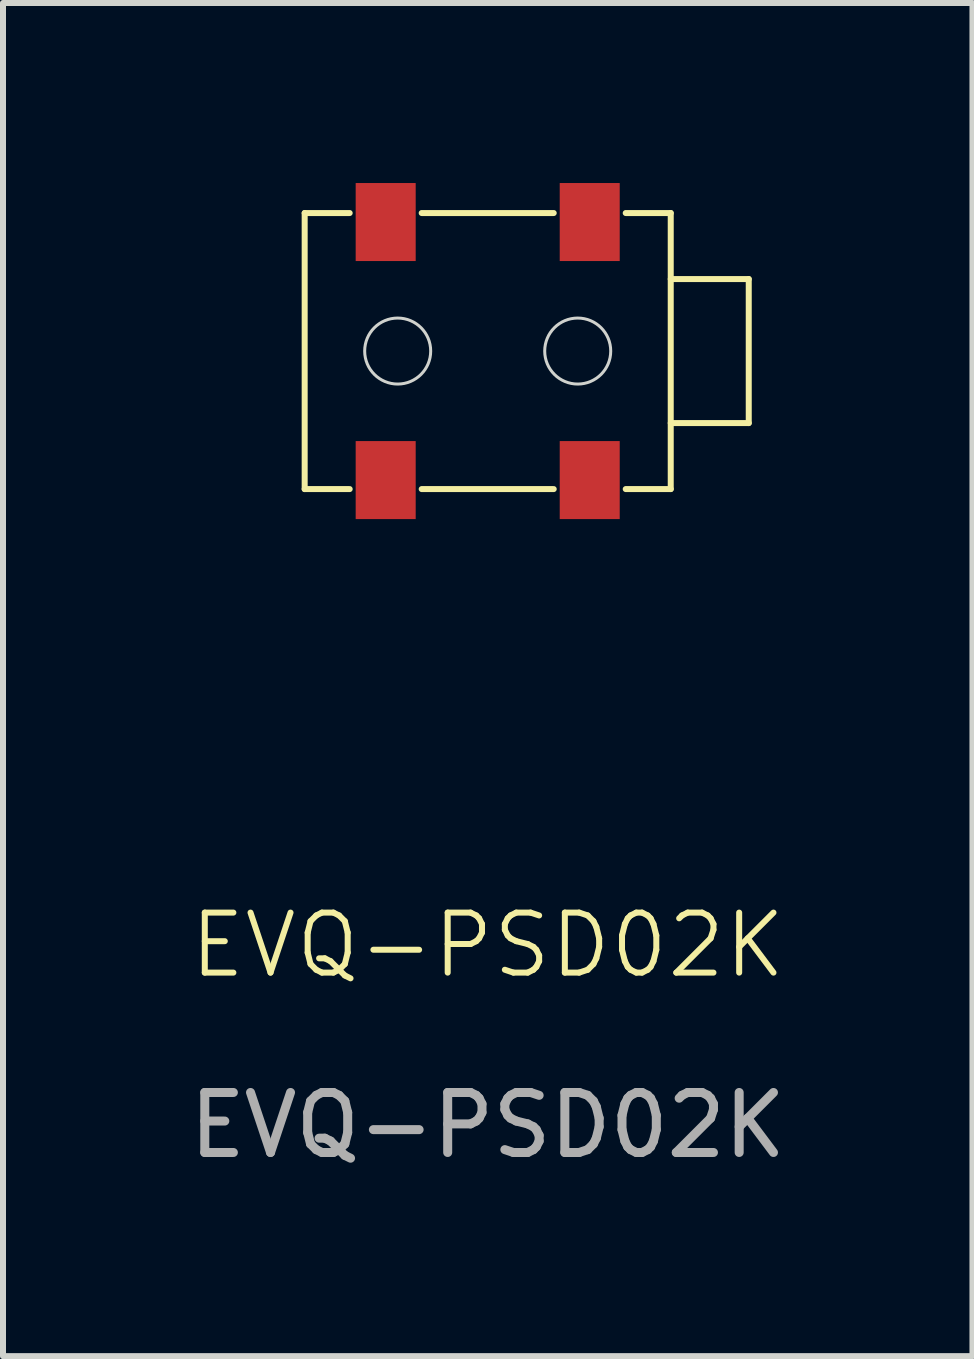
<source format=kicad_pcb>
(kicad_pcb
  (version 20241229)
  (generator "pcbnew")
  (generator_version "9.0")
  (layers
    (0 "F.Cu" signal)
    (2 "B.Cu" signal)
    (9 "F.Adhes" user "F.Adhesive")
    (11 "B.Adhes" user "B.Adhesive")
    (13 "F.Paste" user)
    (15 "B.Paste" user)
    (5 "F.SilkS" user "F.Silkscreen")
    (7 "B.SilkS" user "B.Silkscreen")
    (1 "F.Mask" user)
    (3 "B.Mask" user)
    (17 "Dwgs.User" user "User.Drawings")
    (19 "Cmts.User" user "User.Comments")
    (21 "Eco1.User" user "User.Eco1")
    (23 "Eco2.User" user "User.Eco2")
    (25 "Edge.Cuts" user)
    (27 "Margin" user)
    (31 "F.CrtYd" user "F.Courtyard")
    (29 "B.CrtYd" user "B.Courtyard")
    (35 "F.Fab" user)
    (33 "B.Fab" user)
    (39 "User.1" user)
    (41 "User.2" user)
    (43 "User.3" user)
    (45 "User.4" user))
  (footprint "EVQ-PSD02K"
    (layer "F.Cu")
    (at 5.077 2.8)
    (property "Reference" "EVQ-PSD02K" (at 0 9.9 0) (unlocked yes) (layer "F.SilkS") (effects (font (size 1 1) (thickness 0.1))))
    (attr smd)
    (fp_line (start -3.05 -2.3) (end -2.3 -2.3) (stroke (width 0.1) (type default)) (layer "F.SilkS"))
    (fp_line (start -3.05 2.3) (end -3.05 -2.3) (stroke (width 0.1) (type default)) (layer "F.SilkS"))
    (fp_line (start -3.05 2.3) (end -2.3 2.3) (stroke (width 0.1) (type default)) (layer "F.SilkS"))
    (fp_line (start -1.1 -2.3) (end 1.1 -2.3) (stroke (width 0.1) (type default)) (layer "F.SilkS"))
    (fp_line (start 1.1 2.3) (end -1.1 2.3) (stroke (width 0.1) (type default)) (layer "F.SilkS"))
    (fp_line (start 3.05 -2.3) (end 2.3 -2.3) (stroke (width 0.1) (type default)) (layer "F.SilkS"))
    (fp_line (start 3.05 -2.3) (end 3.05 2.3) (stroke (width 0.1) (type default)) (layer "F.SilkS"))
    (fp_line (start 3.05 -1.2) (end 4.35 -1.2) (stroke (width 0.1) (type default)) (layer "F.SilkS"))
    (fp_line (start 3.05 2.3) (end 2.3 2.3) (stroke (width 0.1) (type default)) (layer "F.SilkS"))
    (fp_line (start 4.35 -1.2) (end 4.35 1.2) (stroke (width 0.1) (type default)) (layer "F.SilkS"))
    (fp_line (start 4.35 1.2) (end 3.05 1.2) (stroke (width 0.1) (type default)) (layer "F.SilkS"))
    (fp_circle (center -1.5 0) (end -0.95 0) (stroke (width 0.05) (type default)) (fill no) (layer "Edge.Cuts"))
    (fp_circle (center 1.5 0) (end 2.05 0) (stroke (width 0.05) (type default)) (fill no) (layer "Edge.Cuts"))
    (fp_text user "${REFERENCE}" (at 0 12.9 0) (unlocked yes) (layer "F.Fab") (effects (font (size 1 1) (thickness 0.15))))
    (pad "A" smd rect (at -1.7 -2.15) (size 1 1.3) (layers "F.Cu" "F.Mask" "F.Paste"))
    (pad "A" smd rect (at -1.7 2.15) (size 1 1.3) (layers "F.Cu" "F.Mask" "F.Paste"))
    (pad "B" smd rect (at 1.7 -2.15) (size 1 1.3) (layers "F.Cu" "F.Mask" "F.Paste"))
    (pad "B" smd rect (at 1.7 2.15) (size 1 1.3) (layers "F.Cu" "F.Mask" "F.Paste")))
  (gr_rect
    (start -3 -3)
    (end 13.155 19.548)
    (stroke (width 0.1) (type default))
    (fill no)
    (layer "Edge.Cuts")))
</source>
